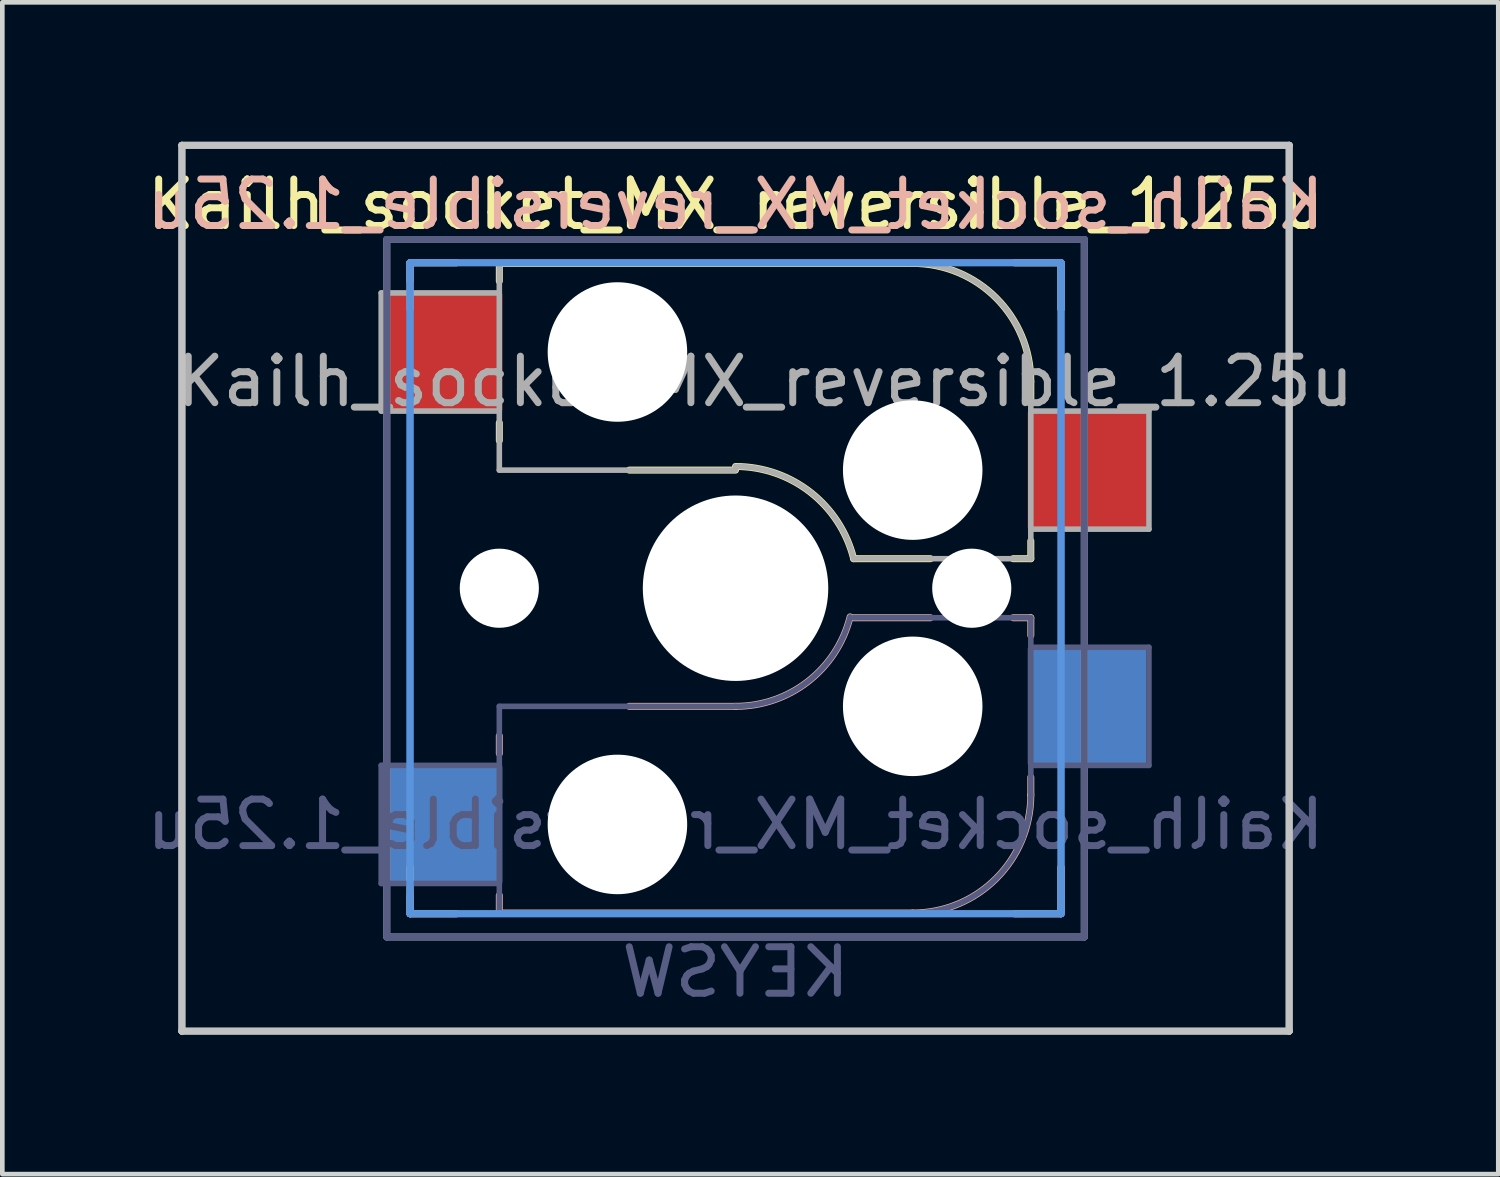
<source format=kicad_pcb>
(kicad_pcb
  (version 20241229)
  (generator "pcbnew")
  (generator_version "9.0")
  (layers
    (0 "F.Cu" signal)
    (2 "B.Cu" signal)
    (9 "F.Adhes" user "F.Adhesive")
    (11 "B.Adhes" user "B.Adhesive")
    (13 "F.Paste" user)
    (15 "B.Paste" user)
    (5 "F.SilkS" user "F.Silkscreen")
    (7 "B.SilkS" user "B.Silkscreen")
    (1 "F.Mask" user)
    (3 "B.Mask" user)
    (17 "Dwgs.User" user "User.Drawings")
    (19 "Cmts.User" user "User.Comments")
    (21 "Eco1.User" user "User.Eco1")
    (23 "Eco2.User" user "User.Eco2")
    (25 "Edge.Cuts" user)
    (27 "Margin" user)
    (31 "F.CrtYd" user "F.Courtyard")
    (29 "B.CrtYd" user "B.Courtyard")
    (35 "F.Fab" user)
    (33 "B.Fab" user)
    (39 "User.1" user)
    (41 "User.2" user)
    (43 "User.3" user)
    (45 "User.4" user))
  (footprint "Kailh_socket_MX_reversible_1.25u"
    (layer "F.Cu")
    (at 12.768 9.6)
    (property "Reference" "Kailh_socket_MX_reversible_1.25u" (at 0 -8.255 0) (layer "F.SilkS") (effects (font (size 1 1) (thickness 0.15))))
    (property "Value" "KEYSW" (at 0 8.255 0) (layer "F.Fab") (hide yes) (effects (font (size 1 1) (thickness 0.15))))
    (attr smd)
    (fp_line (start -7 -7) (end -6 -7) (stroke (width 0.15) (type solid)) (layer "F.SilkS"))
    (fp_line (start -7 -6.604) (end -7 -7) (stroke (width 0.15) (type solid)) (layer "F.SilkS"))
    (fp_line (start -7 7) (end -7 6) (stroke (width 0.15) (type solid)) (layer "F.SilkS"))
    (fp_line (start -6 7) (end -7 7) (stroke (width 0.15) (type solid)) (layer "F.SilkS"))
    (fp_line (start -5.08 -6.985) (end -5.08 -6.604) (stroke (width 0.15) (type solid)) (layer "F.SilkS"))
    (fp_line (start -5.08 -3.556) (end -5.08 -3.175) (stroke (width 0.15) (type solid)) (layer "F.SilkS"))
    (fp_line (start -2.286 -2.54) (end 0 -2.54) (stroke (width 0.15) (type solid)) (layer "F.SilkS"))
    (fp_line (start 2.54 -0.635) (end 4.191 -0.635) (stroke (width 0.15) (type solid)) (layer "F.SilkS"))
    (fp_line (start 3.81 -6.985) (end -5.08 -6.985) (stroke (width 0.15) (type solid)) (layer "F.SilkS"))
    (fp_line (start 5.969 -0.635) (end 6.35 -0.635) (stroke (width 0.15) (type solid)) (layer "F.SilkS"))
    (fp_line (start 6 -7) (end 7 -7) (stroke (width 0.15) (type solid)) (layer "F.SilkS"))
    (fp_line (start 6.35 -4.445) (end 6.35 -4.064) (stroke (width 0.15) (type solid)) (layer "F.SilkS"))
    (fp_line (start 6.35 -0.635) (end 6.35 -1.016) (stroke (width 0.15) (type solid)) (layer "F.SilkS"))
    (fp_line (start 7 -7) (end 7 -6) (stroke (width 0.15) (type solid)) (layer "F.SilkS"))
    (fp_line (start 7 6) (end 7 7) (stroke (width 0.15) (type solid)) (layer "F.SilkS"))
    (fp_line (start 7 7) (end 6 7) (stroke (width 0.15) (type solid)) (layer "F.SilkS"))
    (fp_arc (start 0.000001 -2.618171) (mid 1.611255 -2.063656) (end 2.539999 -0.634999) (stroke (width 0.15) (type solid)) (layer "F.SilkS"))
    (fp_arc (start 3.81 -6.985) (mid 5.606051 -6.241051) (end 6.35 -4.445) (stroke (width 0.15) (type solid)) (layer "F.SilkS"))
    (fp_line (start -7 -7) (end -6 -7) (stroke (width 0.15) (type solid)) (layer "B.SilkS"))
    (fp_line (start -7 -6) (end -7 -7) (stroke (width 0.15) (type solid)) (layer "B.SilkS"))
    (fp_line (start -7 7) (end -7 6.604) (stroke (width 0.15) (type solid)) (layer "B.SilkS"))
    (fp_line (start -6 7) (end -7 7) (stroke (width 0.15) (type solid)) (layer "B.SilkS"))
    (fp_line (start -5.08 3.175) (end -5.08 3.556) (stroke (width 0.15) (type solid)) (layer "B.SilkS"))
    (fp_line (start -5.08 6.604) (end -5.08 6.985) (stroke (width 0.15) (type solid)) (layer "B.SilkS"))
    (fp_line (start -5.08 6.985) (end 3.81 6.985) (stroke (width 0.15) (type solid)) (layer "B.SilkS"))
    (fp_line (start 0 2.54) (end -2.286 2.54) (stroke (width 0.15) (type solid)) (layer "B.SilkS"))
    (fp_line (start 4.191 0.635) (end 2.54 0.635) (stroke (width 0.15) (type solid)) (layer "B.SilkS"))
    (fp_line (start 6 -7) (end 7 -7) (stroke (width 0.15) (type solid)) (layer "B.SilkS"))
    (fp_line (start 6.35 0.635) (end 5.969 0.635) (stroke (width 0.15) (type solid)) (layer "B.SilkS"))
    (fp_line (start 6.35 1.016) (end 6.35 0.635) (stroke (width 0.15) (type solid)) (layer "B.SilkS"))
    (fp_line (start 6.35 4.445) (end 6.35 4.064) (stroke (width 0.15) (type solid)) (layer "B.SilkS"))
    (fp_line (start 7 -7) (end 7 -6) (stroke (width 0.15) (type solid)) (layer "B.SilkS"))
    (fp_line (start 7 6) (end 7 7) (stroke (width 0.15) (type solid)) (layer "B.SilkS"))
    (fp_line (start 7 7) (end 6 7) (stroke (width 0.15) (type solid)) (layer "B.SilkS"))
    (fp_arc (start 2.464162 0.61604) (mid 1.563147 2.002042) (end 0 2.54) (stroke (width 0.15) (type solid)) (layer "B.SilkS"))
    (fp_arc (start 6.35 4.445) (mid 5.606051 6.241051) (end 3.81 6.985) (stroke (width 0.15) (type solid)) (layer "B.SilkS"))
    (fp_line (start -11.906 -9.525) (end -11.906 -9.525) (stroke (width 0.15) (type solid)) (layer "Dwgs.User"))
    (fp_line (start -11.906 -9.525) (end -11.906 -9.525) (stroke (width 0.15) (type solid)) (layer "Dwgs.User"))
    (fp_line (start -11.906 -9.525) (end -11.906 9.525) (stroke (width 0.15) (type solid)) (layer "Dwgs.User"))
    (fp_line (start -11.906 -9.525) (end 11.906 -9.525) (stroke (width 0.15) (type solid)) (layer "Dwgs.User"))
    (fp_line (start -11.906 9.525) (end -11.906 -9.525) (stroke (width 0.15) (type solid)) (layer "Dwgs.User"))
    (fp_line (start -11.906 9.525) (end -11.906 9.525) (stroke (width 0.15) (type solid)) (layer "Dwgs.User"))
    (fp_line (start -11.906 9.525) (end -11.906 9.525) (stroke (width 0.15) (type solid)) (layer "Dwgs.User"))
    (fp_line (start -11.906 9.525) (end 11.906 9.525) (stroke (width 0.15) (type solid)) (layer "Dwgs.User"))
    (fp_line (start 11.906 -9.525) (end -11.906 -9.525) (stroke (width 0.15) (type solid)) (layer "Dwgs.User"))
    (fp_line (start 11.906 -9.525) (end 11.906 -9.525) (stroke (width 0.15) (type solid)) (layer "Dwgs.User"))
    (fp_line (start 11.906 -9.525) (end 11.906 -9.525) (stroke (width 0.15) (type solid)) (layer "Dwgs.User"))
    (fp_line (start 11.906 -9.525) (end 11.906 9.525) (stroke (width 0.15) (type solid)) (layer "Dwgs.User"))
    (fp_line (start 11.906 9.525) (end -11.906 9.525) (stroke (width 0.15) (type solid)) (layer "Dwgs.User"))
    (fp_line (start 11.906 9.525) (end 11.906 -9.525) (stroke (width 0.15) (type solid)) (layer "Dwgs.User"))
    (fp_line (start 11.906 9.525) (end 11.906 9.525) (stroke (width 0.15) (type solid)) (layer "Dwgs.User"))
    (fp_line (start 11.906 9.525) (end 11.906 9.525) (stroke (width 0.15) (type solid)) (layer "Dwgs.User"))
    (fp_line (start -7 -7) (end -7 7) (stroke (width 0.15) (type solid)) (layer "Cmts.User"))
    (fp_line (start -7 -7) (end 7 -7) (stroke (width 0.15) (type solid)) (layer "Cmts.User"))
    (fp_line (start -7 7) (end -7 -7) (stroke (width 0.15) (type solid)) (layer "Cmts.User"))
    (fp_line (start -7 7) (end -7 7) (stroke (width 0.15) (type solid)) (layer "Cmts.User"))
    (fp_line (start -7 7) (end -7 7) (stroke (width 0.15) (type solid)) (layer "Cmts.User"))
    (fp_line (start -7 7) (end 7 7) (stroke (width 0.15) (type solid)) (layer "Cmts.User"))
    (fp_line (start 7 -7) (end -7 -7) (stroke (width 0.15) (type solid)) (layer "Cmts.User"))
    (fp_line (start 7 -7) (end 7 -7) (stroke (width 0.15) (type solid)) (layer "Cmts.User"))
    (fp_line (start 7 -7) (end 7 -7) (stroke (width 0.15) (type solid)) (layer "Cmts.User"))
    (fp_line (start 7 -7) (end 7 7) (stroke (width 0.15) (type solid)) (layer "Cmts.User"))
    (fp_line (start 7 7) (end -7 7) (stroke (width 0.15) (type solid)) (layer "Cmts.User"))
    (fp_line (start 7 7) (end 7 -7) (stroke (width 0.15) (type solid)) (layer "Cmts.User"))
    (fp_line (start 7 7) (end 7 7) (stroke (width 0.15) (type solid)) (layer "Cmts.User"))
    (fp_line (start 7 7) (end 7 7) (stroke (width 0.15) (type solid)) (layer "Cmts.User"))
    (fp_line (start -6.9 6.9) (end -6.9 -6.9) (stroke (width 0.15) (type solid)) (layer "Eco2.User"))
    (fp_line (start -6.9 6.9) (end 6.9 6.9) (stroke (width 0.15) (type solid)) (layer "Eco2.User"))
    (fp_line (start 6.9 -6.9) (end -6.9 -6.9) (stroke (width 0.15) (type solid)) (layer "Eco2.User"))
    (fp_line (start 6.9 -6.9) (end 6.9 6.9) (stroke (width 0.15) (type solid)) (layer "Eco2.User"))
    (fp_line (start -7.62 3.81) (end -7.62 6.35) (stroke (width 0.12) (type solid)) (layer "B.Fab"))
    (fp_line (start -7.62 6.35) (end -5.08 6.35) (stroke (width 0.12) (type solid)) (layer "B.Fab"))
    (fp_line (start -7.5 -7.5) (end 7.5 -7.5) (stroke (width 0.15) (type solid)) (layer "B.Fab"))
    (fp_line (start -7.5 7.5) (end -7.5 -7.5) (stroke (width 0.15) (type solid)) (layer "B.Fab"))
    (fp_line (start -5.08 2.54) (end -5.08 6.985) (stroke (width 0.12) (type solid)) (layer "B.Fab"))
    (fp_line (start -5.08 3.81) (end -7.62 3.81) (stroke (width 0.12) (type solid)) (layer "B.Fab"))
    (fp_line (start -5.08 6.985) (end 3.81 6.985) (stroke (width 0.12) (type solid)) (layer "B.Fab"))
    (fp_line (start 0 2.54) (end -5.08 2.54) (stroke (width 0.12) (type solid)) (layer "B.Fab"))
    (fp_line (start 6.35 0.635) (end 2.54 0.635) (stroke (width 0.12) (type solid)) (layer "B.Fab"))
    (fp_line (start 6.35 3.81) (end 8.89 3.81) (stroke (width 0.12) (type solid)) (layer "B.Fab"))
    (fp_line (start 6.35 4.445) (end 6.35 0.635) (stroke (width 0.12) (type solid)) (layer "B.Fab"))
    (fp_line (start 7.5 -7.5) (end 7.5 7.5) (stroke (width 0.15) (type solid)) (layer "B.Fab"))
    (fp_line (start 7.5 7.5) (end -7.5 7.5) (stroke (width 0.15) (type solid)) (layer "B.Fab"))
    (fp_line (start 8.89 1.27) (end 6.35 1.27) (stroke (width 0.12) (type solid)) (layer "B.Fab"))
    (fp_line (start 8.89 3.81) (end 8.89 1.27) (stroke (width 0.12) (type solid)) (layer "B.Fab"))
    (fp_arc (start 2.464162 0.61604) (mid 1.563147 2.002042) (end 0 2.54) (stroke (width 0.12) (type solid)) (layer "B.Fab"))
    (fp_arc (start 6.35 4.445) (mid 5.606051 6.241051) (end 3.81 6.985) (stroke (width 0.12) (type solid)) (layer "B.Fab"))
    (fp_line (start -7.62 -6.35) (end -7.62 -3.81) (stroke (width 0.12) (type solid)) (layer "F.Fab"))
    (fp_line (start -7.62 -3.81) (end -5.08 -3.81) (stroke (width 0.12) (type solid)) (layer "F.Fab"))
    (fp_line (start -7.5 -7.5) (end 7.5 -7.5) (stroke (width 0.15) (type solid)) (layer "F.Fab"))
    (fp_line (start -7.5 7.5) (end -7.5 -7.5) (stroke (width 0.15) (type solid)) (layer "F.Fab"))
    (fp_line (start -5.08 -6.985) (end -5.08 -2.54) (stroke (width 0.12) (type solid)) (layer "F.Fab"))
    (fp_line (start -5.08 -6.35) (end -7.62 -6.35) (stroke (width 0.12) (type solid)) (layer "F.Fab"))
    (fp_line (start -5.08 -2.54) (end 0 -2.54) (stroke (width 0.12) (type solid)) (layer "F.Fab"))
    (fp_line (start 2.54 -0.635) (end 6.35 -0.635) (stroke (width 0.12) (type solid)) (layer "F.Fab"))
    (fp_line (start 3.81 -6.985) (end -5.08 -6.985) (stroke (width 0.12) (type solid)) (layer "F.Fab"))
    (fp_line (start 6.35 -1.27) (end 8.89 -1.27) (stroke (width 0.12) (type solid)) (layer "F.Fab"))
    (fp_line (start 6.35 -0.635) (end 6.35 -4.445) (stroke (width 0.12) (type solid)) (layer "F.Fab"))
    (fp_line (start 7.5 -7.5) (end 7.5 7.5) (stroke (width 0.15) (type solid)) (layer "F.Fab"))
    (fp_line (start 7.5 7.5) (end -7.5 7.5) (stroke (width 0.15) (type solid)) (layer "F.Fab"))
    (fp_line (start 8.89 -3.81) (end 6.35 -3.81) (stroke (width 0.12) (type solid)) (layer "F.Fab"))
    (fp_line (start 8.89 -1.27) (end 8.89 -3.81) (stroke (width 0.12) (type solid)) (layer "F.Fab"))
    (fp_arc (start 0.000001 -2.618171) (mid 1.611255 -2.063656) (end 2.539999 -0.634999) (stroke (width 0.12) (type solid)) (layer "F.Fab"))
    (fp_arc (start 3.81 -6.985) (mid 5.606051 -6.241051) (end 6.35 -4.445) (stroke (width 0.12) (type solid)) (layer "F.Fab"))
    (fp_poly (pts (xy 7.144 7.144) (xy -7.144 7.144) (xy -7.144 -7.144) (xy 7.144 -7.144)) (stroke (width 0.1) (type solid)) (fill no) (layer "User.2"))
    (fp_poly (pts (xy 2.381 8.334) (xy -2.381 8.334) (xy -2.381 -8.334) (xy 2.381 -8.334)) (stroke (width 0.1) (type solid)) (fill no) (layer "User.3"))
    (fp_text user "${REFERENCE}" (at 0 -8.255 0) (layer "B.SilkS") (effects (font (size 1 1) (thickness 0.15)) (justify mirror)))
    (fp_text user "${VALUE}" (at 0 8.255 0) (layer "B.Fab") (effects (font (size 1 1) (thickness 0.15)) (justify mirror)))
    (fp_text user "${REFERENCE}" (at 0 5.08 0) (layer "B.Fab") (effects (font (size 1 1) (thickness 0.15)) (justify mirror)))
    (fp_text user "${REFERENCE}" (at 0.635 -4.445 0) (layer "F.Fab") (effects (font (size 1 1) (thickness 0.15))))
    (pad "" np_thru_hole circle (at -5.08 0) (size 1.702 1.702) (drill 1.702) (layers "*.Cu" "*.Mask"))
    (pad "" np_thru_hole circle (at -2.54 -5.08) (size 3 3) (drill 3) (layers "*.Cu" "*.Mask"))
    (pad "" np_thru_hole circle (at -2.54 5.08) (size 3 3) (drill 3) (layers "*.Cu" "*.Mask"))
    (pad "" np_thru_hole circle (at 0 0) (size 3.988 3.988) (drill 3.988) (layers "*.Cu" "*.Mask"))
    (pad "" np_thru_hole circle (at 3.81 -2.54) (size 3 3) (drill 3) (layers "*.Cu" "*.Mask"))
    (pad "" np_thru_hole circle (at 3.81 2.54) (size 3 3) (drill 3) (layers "*.Cu" "*.Mask"))
    (pad "" np_thru_hole circle (at 5.08 0) (size 1.702 1.702) (drill 1.702) (layers "*.Cu" "*.Mask"))
    (pad "1" smd rect (at -6.29 -5.08) (size 2.55 2.5) (layers "F.Cu" "F.Mask" "F.Paste"))
    (pad "1" smd rect (at -6.29 5.08) (size 2.55 2.5) (layers "B.Cu" "B.Mask" "B.Paste"))
    (pad "2" smd rect (at 7.56 -2.54) (size 2.55 2.5) (layers "F.Cu" "F.Mask" "F.Paste"))
    (pad "2" smd rect (at 7.56 2.54) (size 2.55 2.5) (layers "B.Cu" "B.Mask" "B.Paste")))
  (gr_rect
    (start -3 -3)
    (end 29.171 22.2)
    (stroke (width 0.1) (type default))
    (fill no)
    (layer "Edge.Cuts")))
</source>
